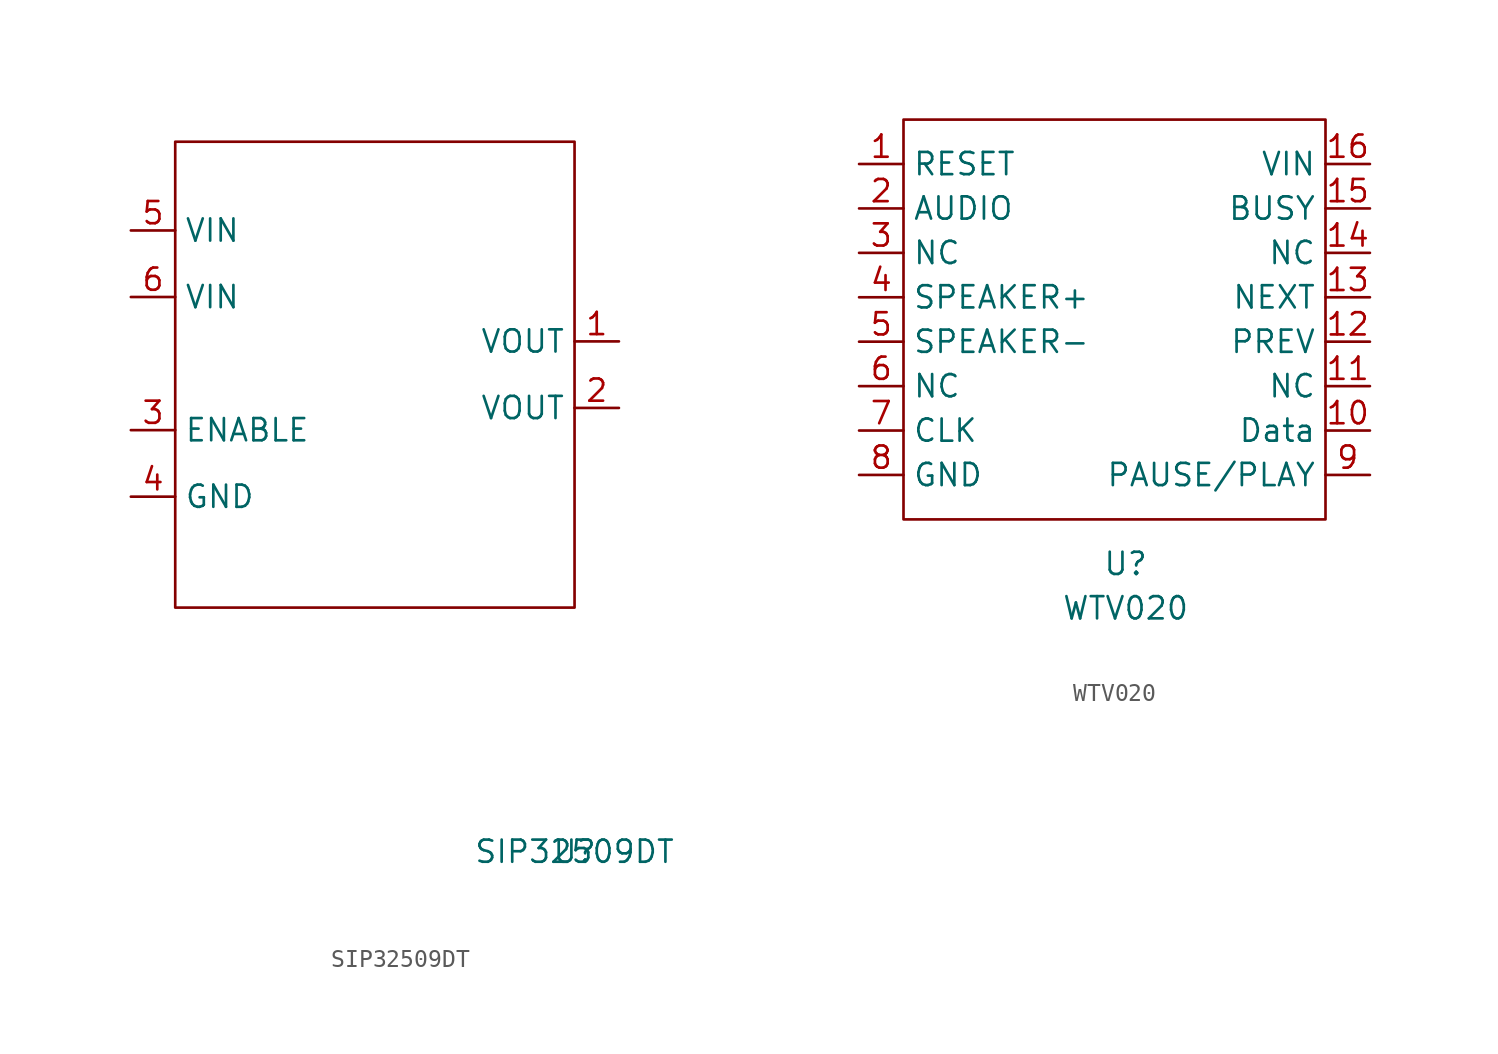
<source format=kicad_sym>
(kicad_symbol_lib
  (version 20211014)
  (generator kicad_symbol_editor)
  (symbol "SIP32509DT"
    (property "Reference" "U"
      (at 0 0 0)
      (effects (font (size 1.27 1.27))))
    (property "Value" "SIP32509DT"
      (at 0 0 0)
      (effects (font (size 1.27 1.27))))
    (symbol "SIP32509DT_0_1"
      (rectangle (start -22.86 40.64) (end 0 13.97) (stroke (width 0) (type default) (color 0 0 0 0)) (fill (type none))))
    (symbol "SIP32509DT_1_1"
      (pin power_out line (at 2.54 29.21 180) (length 2.54) (name "VOUT" (effects (font (size 1.27 1.27)))) (number "1" (effects (font (size 1.27 1.27)))))
      (pin power_out line (at 2.54 25.4 180) (length 2.54) (name "VOUT" (effects (font (size 1.27 1.27)))) (number "2" (effects (font (size 1.27 1.27)))))
      (pin input line (at -25.4 24.13 0) (length 2.54) (name "ENABLE" (effects (font (size 1.27 1.27)))) (number "3" (effects (font (size 1.27 1.27)))))
      (pin input line (at -25.4 20.32 0) (length 2.54) (name "GND" (effects (font (size 1.27 1.27)))) (number "4" (effects (font (size 1.27 1.27)))))
      (pin power_in line (at -25.4 35.56 0) (length 2.54) (name "VIN" (effects (font (size 1.27 1.27)))) (number "5" (effects (font (size 1.27 1.27)))))
      (pin power_in line (at -25.4 31.75 0) (length 2.54) (name "VIN" (effects (font (size 1.27 1.27)))) (number "6" (effects (font (size 1.27 1.27)))))))
  (symbol "WTV020"
    (property "Reference" "U"
      (at 0 0 0)
      (effects (font (size 1.27 1.27))))
    (property "Value" "WTV020"
      (at 0 -2.54 0)
      (effects (font (size 1.27 1.27))))
    (symbol "WTV020_0_1"
      (rectangle (start -12.7 25.4) (end 11.43 2.54) (stroke (width 0) (type default) (color 0 0 0 0)) (fill (type none))))
    (symbol "WTV020_1_1"
      (pin input line (at -15.24 22.86 0) (length 2.54) (name "RESET" (effects (font (size 1.27 1.27)))) (number "1" (effects (font (size 1.27 1.27)))))
      (pin input line (at 13.97 7.62 180) (length 2.54) (name "Data" (effects (font (size 1.27 1.27)))) (number "10" (effects (font (size 1.27 1.27)))))
      (pin input line (at 13.97 10.16 180) (length 2.54) (name "NC" (effects (font (size 1.27 1.27)))) (number "11" (effects (font (size 1.27 1.27)))))
      (pin input line (at 13.97 12.7 180) (length 2.54) (name "PREV" (effects (font (size 1.27 1.27)))) (number "12" (effects (font (size 1.27 1.27)))))
      (pin input line (at 13.97 15.24 180) (length 2.54) (name "NEXT" (effects (font (size 1.27 1.27)))) (number "13" (effects (font (size 1.27 1.27)))))
      (pin input line (at 13.97 17.78 180) (length 2.54) (name "NC" (effects (font (size 1.27 1.27)))) (number "14" (effects (font (size 1.27 1.27)))))
      (pin input line (at 13.97 20.32 180) (length 2.54) (name "BUSY" (effects (font (size 1.27 1.27)))) (number "15" (effects (font (size 1.27 1.27)))))
      (pin input line (at 13.97 22.86 180) (length 2.54) (name "VIN" (effects (font (size 1.27 1.27)))) (number "16" (effects (font (size 1.27 1.27)))))
      (pin input line (at -15.24 20.32 0) (length 2.54) (name "AUDIO" (effects (font (size 1.27 1.27)))) (number "2" (effects (font (size 1.27 1.27)))))
      (pin input line (at -15.24 17.78 0) (length 2.54) (name "NC" (effects (font (size 1.27 1.27)))) (number "3" (effects (font (size 1.27 1.27)))))
      (pin input line (at -15.24 15.24 0) (length 2.54) (name "SPEAKER+" (effects (font (size 1.27 1.27)))) (number "4" (effects (font (size 1.27 1.27)))))
      (pin input line (at -15.24 12.7 0) (length 2.54) (name "SPEAKER-" (effects (font (size 1.27 1.27)))) (number "5" (effects (font (size 1.27 1.27)))))
      (pin input line (at -15.24 10.16 0) (length 2.54) (name "NC" (effects (font (size 1.27 1.27)))) (number "6" (effects (font (size 1.27 1.27)))))
      (pin input line (at -15.24 7.62 0) (length 2.54) (name "CLK" (effects (font (size 1.27 1.27)))) (number "7" (effects (font (size 1.27 1.27)))))
      (pin input line (at -15.24 5.08 0) (length 2.54) (name "GND" (effects (font (size 1.27 1.27)))) (number "8" (effects (font (size 1.27 1.27)))))
      (pin input line (at 13.97 5.08 180) (length 2.54) (name "PAUSE/PLAY" (effects (font (size 1.27 1.27)))) (number "9" (effects (font (size 1.27 1.27))))))))
</source>
